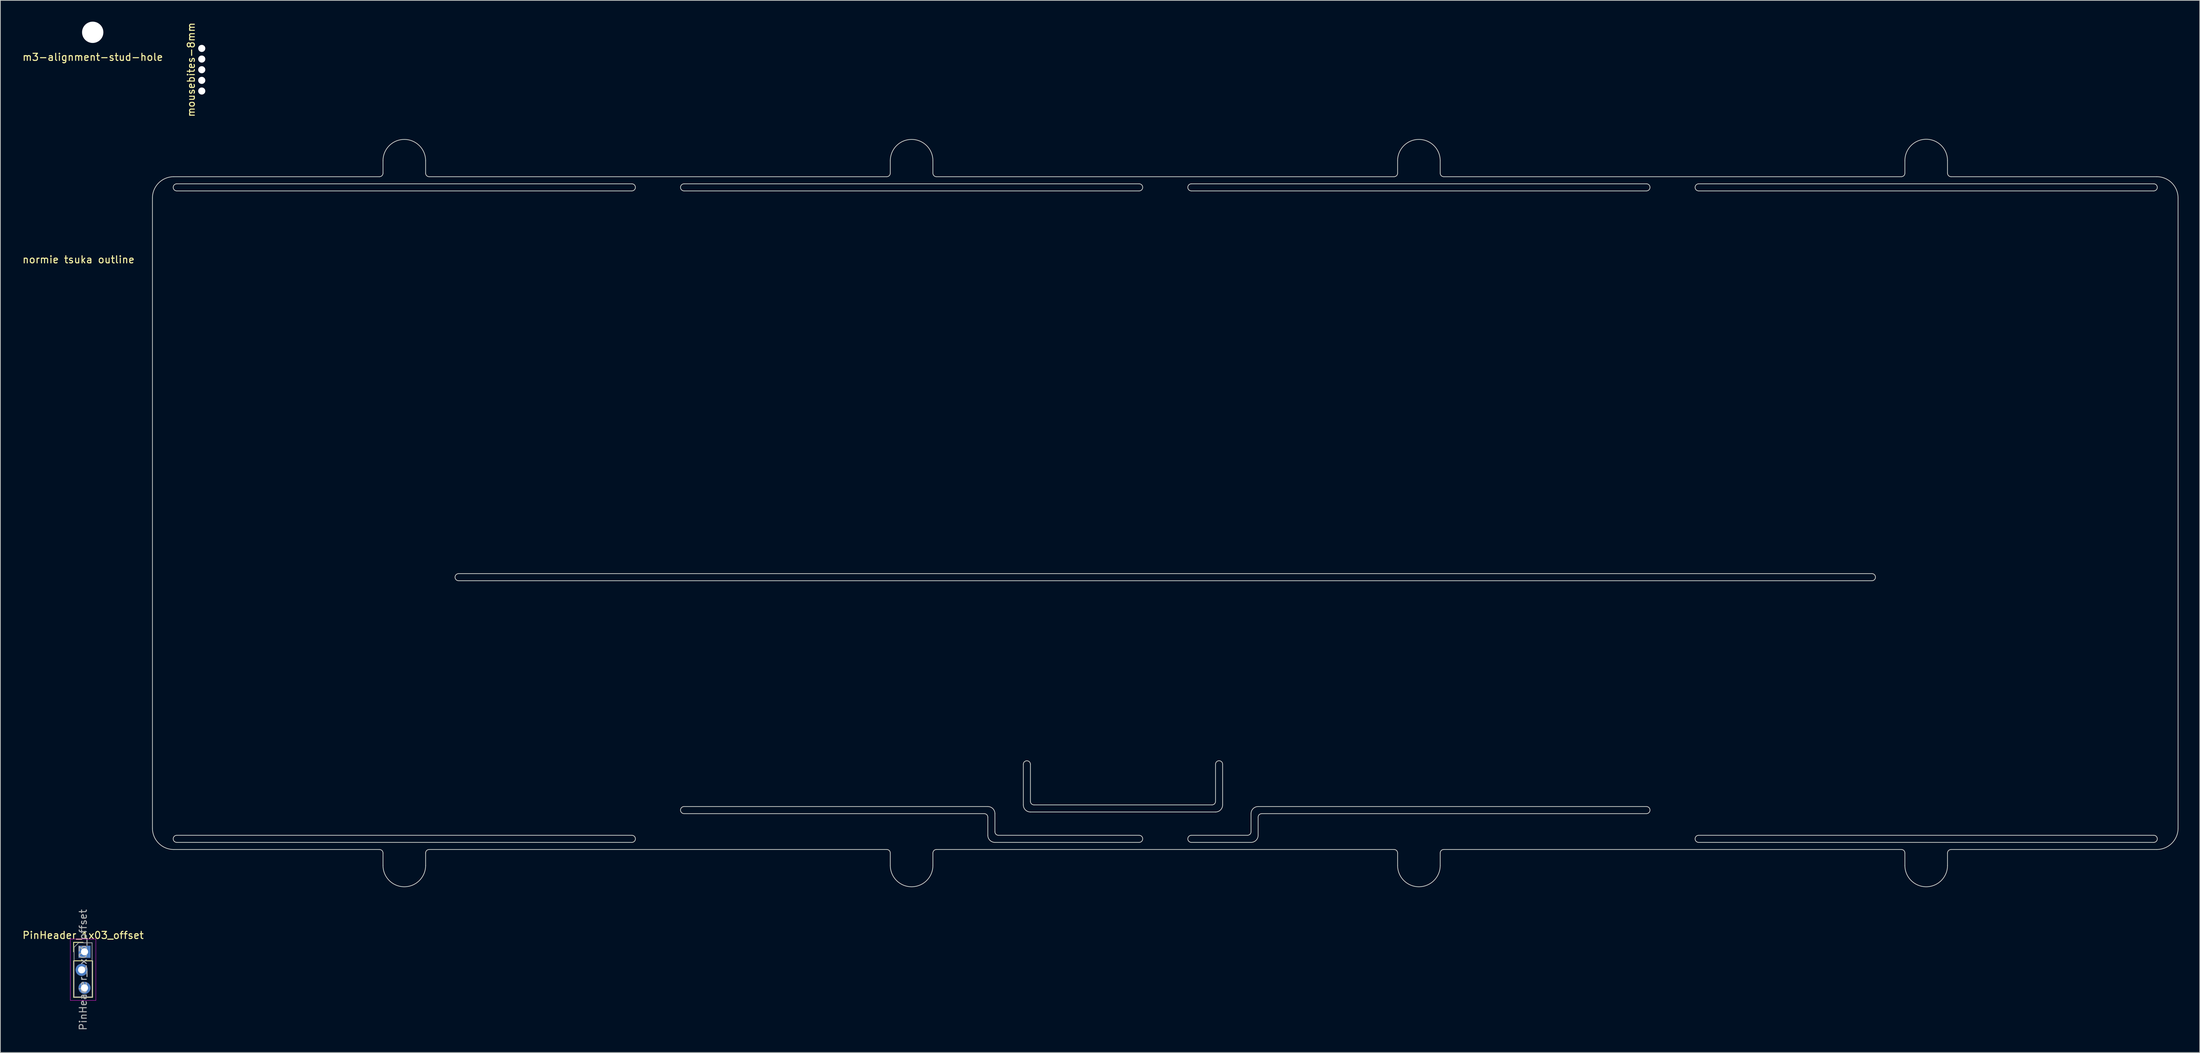
<source format=kicad_pcb>
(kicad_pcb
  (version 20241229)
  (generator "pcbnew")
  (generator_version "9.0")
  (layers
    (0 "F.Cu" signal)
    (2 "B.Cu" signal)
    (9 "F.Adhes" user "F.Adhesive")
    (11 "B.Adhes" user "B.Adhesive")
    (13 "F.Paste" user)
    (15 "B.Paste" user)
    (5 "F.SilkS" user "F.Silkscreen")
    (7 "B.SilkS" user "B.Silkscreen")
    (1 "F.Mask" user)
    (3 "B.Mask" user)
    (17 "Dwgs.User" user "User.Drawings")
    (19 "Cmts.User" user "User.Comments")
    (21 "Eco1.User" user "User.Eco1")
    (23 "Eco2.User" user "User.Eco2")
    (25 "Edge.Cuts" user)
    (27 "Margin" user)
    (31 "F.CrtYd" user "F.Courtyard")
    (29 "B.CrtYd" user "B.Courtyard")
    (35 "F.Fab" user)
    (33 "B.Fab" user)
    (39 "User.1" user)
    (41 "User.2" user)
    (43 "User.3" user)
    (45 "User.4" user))
  (footprint "mousebites-8mm"
    (layer "F.Cu")
    (at 25.36 2.768)
    (property "Reference" "mousebites-8mm" (at -1.5 4 90) (layer "F.SilkS") (effects (font (size 1 1) (thickness 0.15))))
    (attr through_hole)
    (pad "" np_thru_hole circle (at 0 1) (size 1 1) (drill 1) (layers "*.Cu" "*.Mask"))
    (pad "" np_thru_hole circle (at 0 2.5) (size 1 1) (drill 1) (layers "*.Cu" "*.Mask"))
    (pad "" np_thru_hole circle (at 0 4) (size 1 1) (drill 1) (layers "*.Cu" "*.Mask"))
    (pad "" np_thru_hole circle (at 0 5.5) (size 1 1) (drill 1) (layers "*.Cu" "*.Mask"))
    (pad "" np_thru_hole circle (at 0 7) (size 1 1) (drill 1) (layers "*.Cu" "*.Mask")))
  (footprint "PinHeader_1x03_offset"
    (layer "F.Cu")
    (at 8.649 130.995)
    (property "Reference" "PinHeader_1x03_offset" (at 0 -2.33 0) (layer "F.SilkS") (effects (font (size 1 1) (thickness 0.15))))
    (attr through_hole)
    (fp_line (start -1.33 -1.33) (end 0 -1.33) (stroke (width 0.12) (type solid)) (layer "F.SilkS"))
    (fp_line (start -1.33 0) (end -1.33 -1.33) (stroke (width 0.12) (type solid)) (layer "F.SilkS"))
    (fp_line (start -1.33 1.27) (end -1.33 6.41) (stroke (width 0.12) (type solid)) (layer "F.SilkS"))
    (fp_line (start -1.33 1.27) (end 1.33 1.27) (stroke (width 0.12) (type solid)) (layer "F.SilkS"))
    (fp_line (start -1.33 6.41) (end 1.33 6.41) (stroke (width 0.12) (type solid)) (layer "F.SilkS"))
    (fp_line (start 1.33 1.27) (end 1.33 6.41) (stroke (width 0.12) (type solid)) (layer "F.SilkS"))
    (fp_line (start -1.8 -1.8) (end -1.8 6.85) (stroke (width 0.05) (type solid)) (layer "F.CrtYd"))
    (fp_line (start -1.8 6.85) (end 1.8 6.85) (stroke (width 0.05) (type solid)) (layer "F.CrtYd"))
    (fp_line (start 1.8 -1.8) (end -1.8 -1.8) (stroke (width 0.05) (type solid)) (layer "F.CrtYd"))
    (fp_line (start 1.8 6.85) (end 1.8 -1.8) (stroke (width 0.05) (type solid)) (layer "F.CrtYd"))
    (fp_line (start -1.27 -0.635) (end -0.635 -1.27) (stroke (width 0.1) (type solid)) (layer "F.Fab"))
    (fp_line (start -1.27 6.35) (end -1.27 -0.635) (stroke (width 0.1) (type solid)) (layer "F.Fab"))
    (fp_line (start -0.635 -1.27) (end 1.27 -1.27) (stroke (width 0.1) (type solid)) (layer "F.Fab"))
    (fp_line (start 1.27 -1.27) (end 1.27 6.35) (stroke (width 0.1) (type solid)) (layer "F.Fab"))
    (fp_line (start 1.27 6.35) (end -1.27 6.35) (stroke (width 0.1) (type solid)) (layer "F.Fab"))
    (fp_text user "${REFERENCE}" (at 0 2.54 90) (layer "F.Fab") (effects (font (size 1 1) (thickness 0.15))))
    (pad "1" thru_hole rect (at 0.203 0) (size 1.7 1.7) (drill 1) (layers "*.Cu" "*.Mask"))
    (pad "2" thru_hole oval (at -0.203 2.54) (size 1.7 1.7) (drill 1) (layers "*.Cu" "*.Mask"))
    (pad "3" thru_hole oval (at 0.203 5.08) (size 1.7 1.7) (drill 1) (layers "*.Cu" "*.Mask")))
  (footprint "m3-alignment-stud-hole"
    (layer "F.Cu")
    (at 10.006 1.5)
    (property "Reference" "m3-alignment-stud-hole" (at 0 3.5 0) (layer "F.SilkS") (effects (font (size 1 1) (thickness 0.15))))
    (attr through_hole)
    (pad "" np_thru_hole circle (at 0 0) (size 3 3) (drill 3) (layers "*.Cu" "*.Mask")))
  (footprint "normie tsuka outline"
    (layer "F.Cu")
    (at 18.166 21.586)
    (property "Reference" "normie tsuka outline" (at -10.16 11.93 0) (layer "F.SilkS") (effects (font (size 1 1) (thickness 0.15))))
    (attr through_hole)
    (fp_line (start 0.25 92) (end 0.25 3.25) (stroke (width 0.1) (type solid)) (layer "Edge.Cuts"))
    (fp_line (start 3.25 0.25) (end 32.219 0.25) (stroke (width 0.1) (type solid)) (layer "Edge.Cuts"))
    (fp_line (start 3.675 2.25) (end 67.763 2.25) (stroke (width 0.1) (type solid)) (layer "Edge.Cuts"))
    (fp_line (start 3.675 94) (end 67.763 94) (stroke (width 0.1) (type solid)) (layer "Edge.Cuts"))
    (fp_line (start 32.219 95) (end 3.25 95) (stroke (width 0.1) (type solid)) (layer "Edge.Cuts"))
    (fp_line (start 32.719 -0.25) (end 32.719 -2) (stroke (width 0.1) (type solid)) (layer "Edge.Cuts"))
    (fp_line (start 32.719 97.25) (end 32.719 95.5) (stroke (width 0.1) (type solid)) (layer "Edge.Cuts"))
    (fp_line (start 38.719 -2) (end 38.719 -0.25) (stroke (width 0.1) (type solid)) (layer "Edge.Cuts"))
    (fp_line (start 38.719 95.5) (end 38.719 97.25) (stroke (width 0.1) (type solid)) (layer "Edge.Cuts"))
    (fp_line (start 39.219 0.25) (end 103.656 0.25) (stroke (width 0.1) (type solid)) (layer "Edge.Cuts"))
    (fp_line (start 43.362 57.15) (end 242.387 57.15) (stroke (width 0.1) (type solid)) (layer "Edge.Cuts"))
    (fp_line (start 67.763 1.25) (end 3.675 1.25) (stroke (width 0.1) (type solid)) (layer "Edge.Cuts"))
    (fp_line (start 67.763 93) (end 3.675 93) (stroke (width 0.1) (type solid)) (layer "Edge.Cuts"))
    (fp_line (start 75.112 2.25) (end 139.2 2.25) (stroke (width 0.1) (type solid)) (layer "Edge.Cuts"))
    (fp_line (start 75.112 89.952) (end 117.389 89.952) (stroke (width 0.1) (type solid)) (layer "Edge.Cuts"))
    (fp_line (start 103.656 95) (end 39.219 95) (stroke (width 0.1) (type solid)) (layer "Edge.Cuts"))
    (fp_line (start 104.156 -0.25) (end 104.156 -2) (stroke (width 0.1) (type solid)) (layer "Edge.Cuts"))
    (fp_line (start 104.156 97.25) (end 104.156 95.5) (stroke (width 0.1) (type solid)) (layer "Edge.Cuts"))
    (fp_line (start 110.156 -2) (end 110.156 -0.25) (stroke (width 0.1) (type solid)) (layer "Edge.Cuts"))
    (fp_line (start 110.156 95.5) (end 110.156 97.25) (stroke (width 0.1) (type solid)) (layer "Edge.Cuts"))
    (fp_line (start 110.656 0.25) (end 175.094 0.25) (stroke (width 0.1) (type solid)) (layer "Edge.Cuts"))
    (fp_line (start 117.889 88.952) (end 75.112 88.952) (stroke (width 0.1) (type solid)) (layer "Edge.Cuts"))
    (fp_line (start 117.889 90.452) (end 117.889 93) (stroke (width 0.1) (type solid)) (layer "Edge.Cuts"))
    (fp_line (start 118.889 92.5) (end 118.889 89.952) (stroke (width 0.1) (type solid)) (layer "Edge.Cuts"))
    (fp_line (start 118.889 94) (end 139.2 94) (stroke (width 0.1) (type solid)) (layer "Edge.Cuts"))
    (fp_line (start 122.889 83) (end 122.889 88.719) (stroke (width 0.1) (type solid)) (layer "Edge.Cuts"))
    (fp_line (start 123.889 88.219) (end 123.889 83) (stroke (width 0.1) (type solid)) (layer "Edge.Cuts"))
    (fp_line (start 123.889 89.719) (end 149.955 89.719) (stroke (width 0.1) (type solid)) (layer "Edge.Cuts"))
    (fp_line (start 139.2 1.25) (end 75.112 1.25) (stroke (width 0.1) (type solid)) (layer "Edge.Cuts"))
    (fp_line (start 139.2 93) (end 119.389 93) (stroke (width 0.1) (type solid)) (layer "Edge.Cuts"))
    (fp_line (start 146.55 2.25) (end 210.637 2.25) (stroke (width 0.1) (type solid)) (layer "Edge.Cuts"))
    (fp_line (start 146.55 94) (end 154.955 94) (stroke (width 0.1) (type solid)) (layer "Edge.Cuts"))
    (fp_line (start 149.455 88.719) (end 124.389 88.719) (stroke (width 0.1) (type solid)) (layer "Edge.Cuts"))
    (fp_line (start 149.955 83) (end 149.955 88.219) (stroke (width 0.1) (type solid)) (layer "Edge.Cuts"))
    (fp_line (start 150.955 88.719) (end 150.955 83) (stroke (width 0.1) (type solid)) (layer "Edge.Cuts"))
    (fp_line (start 154.455 93) (end 146.55 93) (stroke (width 0.1) (type solid)) (layer "Edge.Cuts"))
    (fp_line (start 154.955 89.952) (end 154.955 92.5) (stroke (width 0.1) (type solid)) (layer "Edge.Cuts"))
    (fp_line (start 155.955 93) (end 155.955 90.452) (stroke (width 0.1) (type solid)) (layer "Edge.Cuts"))
    (fp_line (start 156.455 89.952) (end 210.637 89.952) (stroke (width 0.1) (type solid)) (layer "Edge.Cuts"))
    (fp_line (start 175.094 95) (end 110.656 95) (stroke (width 0.1) (type solid)) (layer "Edge.Cuts"))
    (fp_line (start 175.594 -0.25) (end 175.594 -2) (stroke (width 0.1) (type solid)) (layer "Edge.Cuts"))
    (fp_line (start 175.594 97.25) (end 175.594 95.5) (stroke (width 0.1) (type solid)) (layer "Edge.Cuts"))
    (fp_line (start 181.594 -2) (end 181.594 -0.25) (stroke (width 0.1) (type solid)) (layer "Edge.Cuts"))
    (fp_line (start 181.594 95.5) (end 181.594 97.25) (stroke (width 0.1) (type solid)) (layer "Edge.Cuts"))
    (fp_line (start 182.094 0.25) (end 246.531 0.25) (stroke (width 0.1) (type solid)) (layer "Edge.Cuts"))
    (fp_line (start 210.637 1.25) (end 146.55 1.25) (stroke (width 0.1) (type solid)) (layer "Edge.Cuts"))
    (fp_line (start 210.637 88.952) (end 155.955 88.952) (stroke (width 0.1) (type solid)) (layer "Edge.Cuts"))
    (fp_line (start 217.988 2.25) (end 282.075 2.25) (stroke (width 0.1) (type solid)) (layer "Edge.Cuts"))
    (fp_line (start 217.988 94) (end 282.075 94) (stroke (width 0.1) (type solid)) (layer "Edge.Cuts"))
    (fp_line (start 242.387 56.15) (end 43.362 56.15) (stroke (width 0.1) (type solid)) (layer "Edge.Cuts"))
    (fp_line (start 246.531 95) (end 182.094 95) (stroke (width 0.1) (type solid)) (layer "Edge.Cuts"))
    (fp_line (start 247.031 -0.25) (end 247.031 -2) (stroke (width 0.1) (type solid)) (layer "Edge.Cuts"))
    (fp_line (start 247.031 97.25) (end 247.031 95.5) (stroke (width 0.1) (type solid)) (layer "Edge.Cuts"))
    (fp_line (start 253.031 -2) (end 253.031 -0.25) (stroke (width 0.1) (type solid)) (layer "Edge.Cuts"))
    (fp_line (start 253.031 95.5) (end 253.031 97.25) (stroke (width 0.1) (type solid)) (layer "Edge.Cuts"))
    (fp_line (start 253.531 0.25) (end 282.5 0.25) (stroke (width 0.1) (type solid)) (layer "Edge.Cuts"))
    (fp_line (start 282.075 1.25) (end 217.987 1.25) (stroke (width 0.1) (type solid)) (layer "Edge.Cuts"))
    (fp_line (start 282.075 93) (end 217.987 93) (stroke (width 0.1) (type solid)) (layer "Edge.Cuts"))
    (fp_line (start 282.5 95) (end 253.531 95) (stroke (width 0.1) (type solid)) (layer "Edge.Cuts"))
    (fp_line (start 285.5 3.25) (end 285.5 92) (stroke (width 0.1) (type solid)) (layer "Edge.Cuts"))
    (fp_arc (start 0.25 3.25) (mid 1.128679 1.12868) (end 3.249999 0.25) (stroke (width 0.1) (type solid)) (layer "Edge.Cuts"))
    (fp_arc (start 3.250001 94.999999) (mid 1.12868 94.12132) (end 0.25 92) (stroke (width 0.1) (type solid)) (layer "Edge.Cuts"))
    (fp_arc (start 3.674999 2.249998) (mid 3.175 1.749999) (end 3.674999 1.25) (stroke (width 0.1) (type solid)) (layer "Edge.Cuts"))
    (fp_arc (start 3.675 94) (mid 3.175 93.5) (end 3.675 93) (stroke (width 0.1) (type solid)) (layer "Edge.Cuts"))
    (fp_arc (start 32.21875 95) (mid 32.572303 95.146447) (end 32.71875 95.5) (stroke (width 0.1) (type solid)) (layer "Edge.Cuts"))
    (fp_arc (start 32.718749 -0.249999) (mid 32.572303 0.103554) (end 32.21875 0.25) (stroke (width 0.1) (type solid)) (layer "Edge.Cuts"))
    (fp_arc (start 32.71875 -2.000001) (mid 35.718751 -5) (end 38.71875 -1.999999) (stroke (width 0.1) (type solid)) (layer "Edge.Cuts"))
    (fp_arc (start 38.71875 95.5) (mid 38.865197 95.146447) (end 39.21875 95) (stroke (width 0.1) (type solid)) (layer "Edge.Cuts"))
    (fp_arc (start 38.71875 97.25) (mid 35.71875 100.25) (end 32.71875 97.25) (stroke (width 0.1) (type solid)) (layer "Edge.Cuts"))
    (fp_arc (start 39.21875 0.250001) (mid 38.865197 0.103554) (end 38.71875 -0.249999) (stroke (width 0.1) (type solid)) (layer "Edge.Cuts"))
    (fp_arc (start 43.3625 57.15) (mid 42.8625 56.65) (end 43.3625 56.15) (stroke (width 0.1) (type solid)) (layer "Edge.Cuts"))
    (fp_arc (start 67.7625 1.249999) (mid 68.2625 1.749999) (end 67.7625 2.249999) (stroke (width 0.1) (type solid)) (layer "Edge.Cuts"))
    (fp_arc (start 67.7625 93) (mid 68.2625 93.5) (end 67.7625 94) (stroke (width 0.1) (type solid)) (layer "Edge.Cuts"))
    (fp_arc (start 75.1125 2.249998) (mid 74.612501 1.749999) (end 75.1125 1.25) (stroke (width 0.1) (type solid)) (layer "Edge.Cuts"))
    (fp_arc (start 75.1125 89.95245) (mid 74.6125 89.45245) (end 75.1125 88.95245) (stroke (width 0.1) (type solid)) (layer "Edge.Cuts"))
    (fp_arc (start 103.65625 95) (mid 104.009803 95.146447) (end 104.15625 95.5) (stroke (width 0.1) (type solid)) (layer "Edge.Cuts"))
    (fp_arc (start 104.15625 -1.999999) (mid 107.15625 -4.999999) (end 110.15625 -1.999999) (stroke (width 0.1) (type solid)) (layer "Edge.Cuts"))
    (fp_arc (start 104.15625 -0.25) (mid 104.009803 0.103553) (end 103.65625 0.25) (stroke (width 0.1) (type solid)) (layer "Edge.Cuts"))
    (fp_arc (start 110.15625 95.5) (mid 110.302697 95.146447) (end 110.65625 95) (stroke (width 0.1) (type solid)) (layer "Edge.Cuts"))
    (fp_arc (start 110.15625 97.25) (mid 107.15625 100.25) (end 104.15625 97.25) (stroke (width 0.1) (type solid)) (layer "Edge.Cuts"))
    (fp_arc (start 110.65625 0.250001) (mid 110.302697 0.103554) (end 110.15625 -0.249999) (stroke (width 0.1) (type solid)) (layer "Edge.Cuts"))
    (fp_arc (start 117.38875 89.95245) (mid 117.742303 90.098897) (end 117.88875 90.45245) (stroke (width 0.1) (type solid)) (layer "Edge.Cuts"))
    (fp_arc (start 117.888749 88.95245) (mid 118.595856 89.245343) (end 118.888749 89.95245) (stroke (width 0.1) (type solid)) (layer "Edge.Cuts"))
    (fp_arc (start 118.88875 94) (mid 118.181643 93.707107) (end 117.88875 93) (stroke (width 0.1) (type solid)) (layer "Edge.Cuts"))
    (fp_arc (start 119.388751 92.999999) (mid 119.035197 92.853553) (end 118.88875 92.5) (stroke (width 0.1) (type solid)) (layer "Edge.Cuts"))
    (fp_arc (start 122.888751 83) (mid 123.38875 82.500001) (end 123.888749 83) (stroke (width 0.1) (type solid)) (layer "Edge.Cuts"))
    (fp_arc (start 123.888749 89.718899) (mid 123.181642 89.426006) (end 122.888749 88.718899) (stroke (width 0.1) (type solid)) (layer "Edge.Cuts"))
    (fp_arc (start 124.38875 88.7189) (mid 124.035196 88.572453) (end 123.888749 88.218899) (stroke (width 0.1) (type solid)) (layer "Edge.Cuts"))
    (fp_arc (start 139.2 1.249999) (mid 139.7 1.749999) (end 139.2 2.249999) (stroke (width 0.1) (type solid)) (layer "Edge.Cuts"))
    (fp_arc (start 139.2 93.000001) (mid 139.699999 93.5) (end 139.2 93.999999) (stroke (width 0.1) (type solid)) (layer "Edge.Cuts"))
    (fp_arc (start 146.55 2.249998) (mid 146.050001 1.749999) (end 146.55 1.25) (stroke (width 0.1) (type solid)) (layer "Edge.Cuts"))
    (fp_arc (start 146.55 94) (mid 146.05 93.5) (end 146.55 93) (stroke (width 0.1) (type solid)) (layer "Edge.Cuts"))
    (fp_arc (start 149.954998 83) (mid 150.454999 82.499999) (end 150.955 83) (stroke (width 0.1) (type solid)) (layer "Edge.Cuts"))
    (fp_arc (start 149.955 88.218898) (mid 149.808554 88.572452) (end 149.455 88.7189) (stroke (width 0.1) (type solid)) (layer "Edge.Cuts"))
    (fp_arc (start 150.955 88.718899) (mid 150.662107 89.426006) (end 149.955 89.718899) (stroke (width 0.1) (type solid)) (layer "Edge.Cuts"))
    (fp_arc (start 154.955 89.95245) (mid 155.247893 89.245343) (end 155.955 88.95245) (stroke (width 0.1) (type solid)) (layer "Edge.Cuts"))
    (fp_arc (start 154.955 92.499998) (mid 154.808554 92.853552) (end 154.455 93) (stroke (width 0.1) (type solid)) (layer "Edge.Cuts"))
    (fp_arc (start 155.955 90.45245) (mid 156.101447 90.098897) (end 156.455 89.95245) (stroke (width 0.1) (type solid)) (layer "Edge.Cuts"))
    (fp_arc (start 155.955 93) (mid 155.662107 93.707107) (end 154.955 94) (stroke (width 0.1) (type solid)) (layer "Edge.Cuts"))
    (fp_arc (start 175.09375 95) (mid 175.447303 95.146447) (end 175.59375 95.5) (stroke (width 0.1) (type solid)) (layer "Edge.Cuts"))
    (fp_arc (start 175.593749 -0.249999) (mid 175.447303 0.103554) (end 175.09375 0.25) (stroke (width 0.1) (type solid)) (layer "Edge.Cuts"))
    (fp_arc (start 175.59375 -2.000001) (mid 178.593751 -5) (end 181.59375 -1.999999) (stroke (width 0.1) (type solid)) (layer "Edge.Cuts"))
    (fp_arc (start 181.59375 95.5) (mid 181.740197 95.146447) (end 182.09375 95) (stroke (width 0.1) (type solid)) (layer "Edge.Cuts"))
    (fp_arc (start 181.59375 97.25) (mid 178.59375 100.25) (end 175.59375 97.25) (stroke (width 0.1) (type solid)) (layer "Edge.Cuts"))
    (fp_arc (start 182.09375 0.250001) (mid 181.740197 0.103554) (end 181.59375 -0.249999) (stroke (width 0.1) (type solid)) (layer "Edge.Cuts"))
    (fp_arc (start 210.6375 1.249999) (mid 211.1375 1.749999) (end 210.6375 2.249999) (stroke (width 0.1) (type solid)) (layer "Edge.Cuts"))
    (fp_arc (start 210.6375 88.95245) (mid 211.1375 89.45245) (end 210.6375 89.95245) (stroke (width 0.1) (type solid)) (layer "Edge.Cuts"))
    (fp_arc (start 217.987501 2.249998) (mid 217.487501 1.75) (end 217.987499 1.25) (stroke (width 0.1) (type solid)) (layer "Edge.Cuts"))
    (fp_arc (start 217.987501 94) (mid 217.4875 93.500001) (end 217.987499 93) (stroke (width 0.1) (type solid)) (layer "Edge.Cuts"))
    (fp_arc (start 242.3875 56.149999) (mid 242.8875 56.649999) (end 242.3875 57.149999) (stroke (width 0.1) (type solid)) (layer "Edge.Cuts"))
    (fp_arc (start 246.53125 95) (mid 246.884803 95.146447) (end 247.03125 95.5) (stroke (width 0.1) (type solid)) (layer "Edge.Cuts"))
    (fp_arc (start 247.031249 -0.249999) (mid 246.884803 0.103554) (end 246.53125 0.25) (stroke (width 0.1) (type solid)) (layer "Edge.Cuts"))
    (fp_arc (start 247.03125 -2.000001) (mid 250.031251 -5) (end 253.03125 -1.999999) (stroke (width 0.1) (type solid)) (layer "Edge.Cuts"))
    (fp_arc (start 253.03125 95.5) (mid 253.177697 95.146447) (end 253.53125 95) (stroke (width 0.1) (type solid)) (layer "Edge.Cuts"))
    (fp_arc (start 253.03125 97.249998) (mid 250.031251 100.249999) (end 247.03125 97.25) (stroke (width 0.1) (type solid)) (layer "Edge.Cuts"))
    (fp_arc (start 253.53125 0.250001) (mid 253.177696 0.103554) (end 253.031249 -0.25) (stroke (width 0.1) (type solid)) (layer "Edge.Cuts"))
    (fp_arc (start 282.075 1.249999) (mid 282.575 1.749999) (end 282.075 2.249999) (stroke (width 0.1) (type solid)) (layer "Edge.Cuts"))
    (fp_arc (start 282.075 93) (mid 282.575 93.5) (end 282.075 94) (stroke (width 0.1) (type solid)) (layer "Edge.Cuts"))
    (fp_arc (start 282.5 0.25) (mid 284.62132 1.12868) (end 285.5 3.25) (stroke (width 0.1) (type solid)) (layer "Edge.Cuts"))
    (fp_arc (start 285.500001 91.999999) (mid 284.621321 94.12132) (end 282.5 95) (stroke (width 0.1) (type solid)) (layer "Edge.Cuts")))
  (gr_rect
    (start -3 -3)
    (end 306.716 145.183)
    (stroke (width 0.1) (type default))
    (fill no)
    (layer "Edge.Cuts")))
</source>
